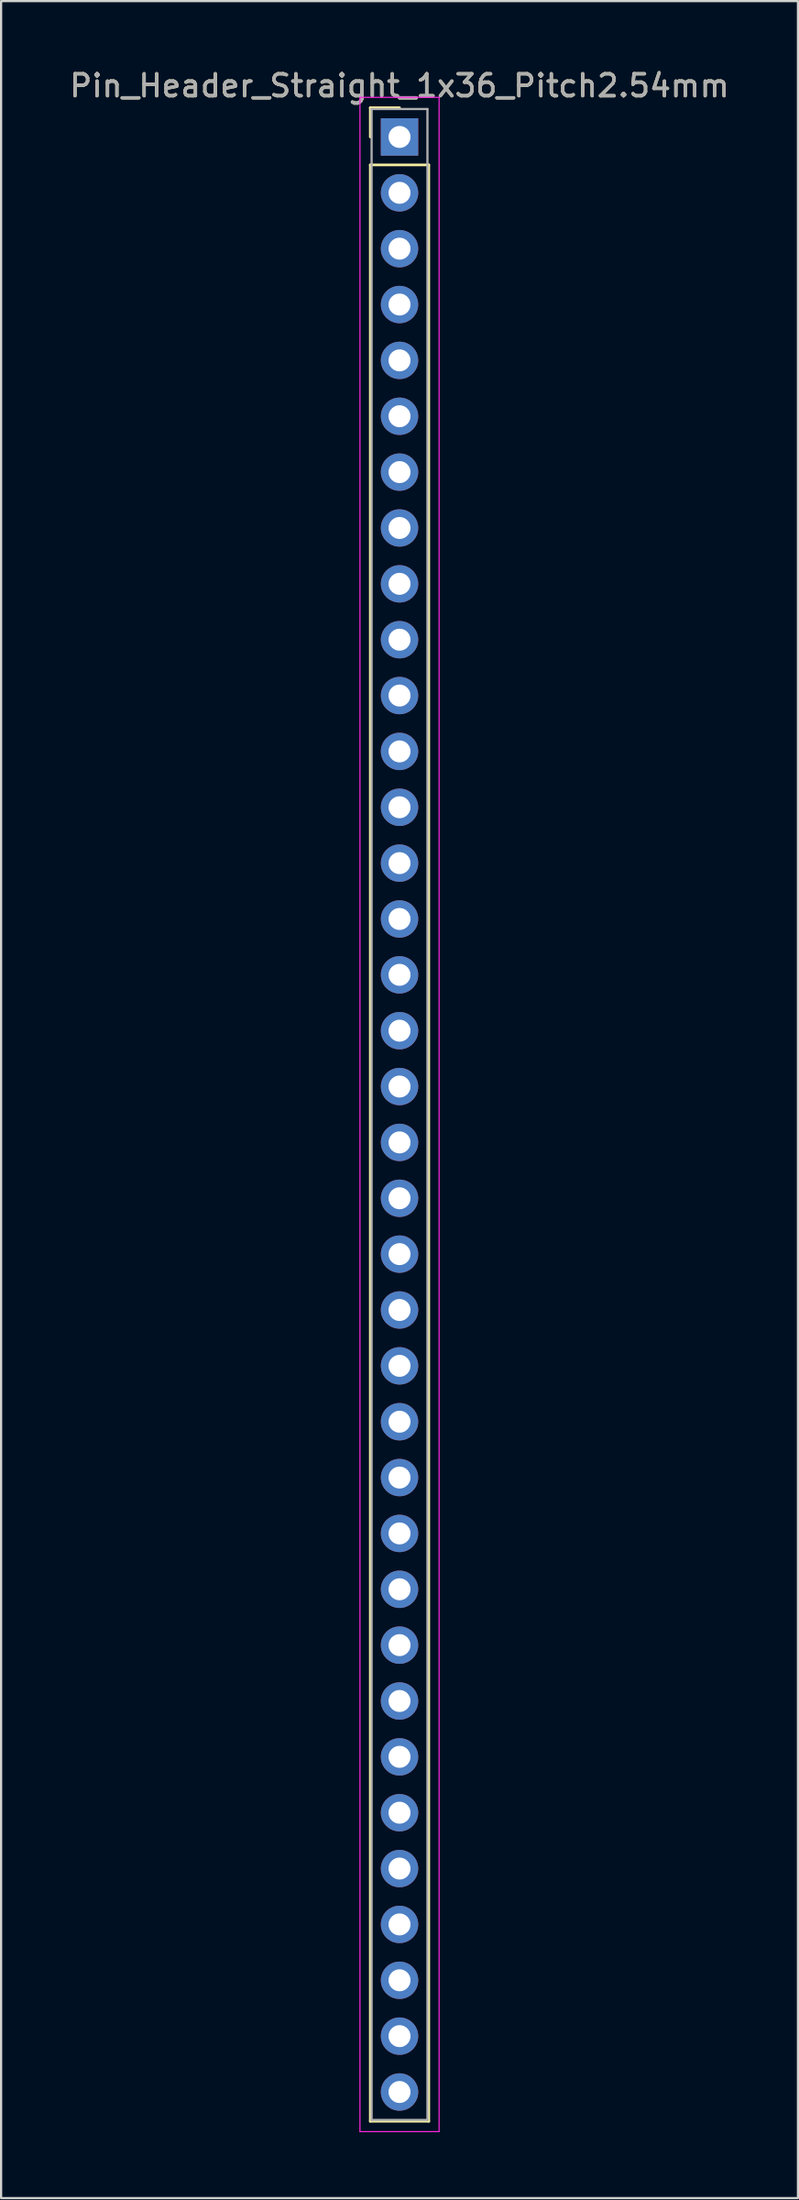
<source format=kicad_pcb>
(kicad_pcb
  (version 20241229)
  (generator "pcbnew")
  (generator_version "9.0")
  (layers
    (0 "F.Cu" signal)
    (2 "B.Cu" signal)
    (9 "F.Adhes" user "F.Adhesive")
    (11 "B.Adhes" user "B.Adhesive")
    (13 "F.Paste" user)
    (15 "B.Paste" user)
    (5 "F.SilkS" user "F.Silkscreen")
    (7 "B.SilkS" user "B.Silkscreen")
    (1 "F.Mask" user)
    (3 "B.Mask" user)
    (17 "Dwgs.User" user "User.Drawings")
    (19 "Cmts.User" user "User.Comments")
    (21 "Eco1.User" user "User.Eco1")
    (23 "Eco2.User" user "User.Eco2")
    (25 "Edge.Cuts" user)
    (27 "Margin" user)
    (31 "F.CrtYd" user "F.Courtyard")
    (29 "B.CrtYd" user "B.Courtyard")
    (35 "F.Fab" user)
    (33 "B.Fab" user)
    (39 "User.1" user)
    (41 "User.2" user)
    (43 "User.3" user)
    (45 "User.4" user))
  (footprint "Pin_Header_Straight_1x36_Pitch2.54mm"
    (layer "F.Cu")
    (at 15.125 3.178)
    (property "Reference" "Pin_Header_Straight_1x36_Pitch2.54mm" (at 0 -2.33 0) (layer "F.SilkS") (effects (font (size 1 1) (thickness 0.15))))
    (attr through_hole)
    (fp_line (start -1.33 -1.33) (end 0 -1.33) (stroke (width 0.12) (type solid)) (layer "F.SilkS"))
    (fp_line (start -1.33 0) (end -1.33 -1.33) (stroke (width 0.12) (type solid)) (layer "F.SilkS"))
    (fp_line (start -1.33 1.27) (end -1.33 90.23) (stroke (width 0.12) (type solid)) (layer "F.SilkS"))
    (fp_line (start -1.33 90.23) (end 1.33 90.23) (stroke (width 0.12) (type solid)) (layer "F.SilkS"))
    (fp_line (start 1.33 1.27) (end -1.33 1.27) (stroke (width 0.12) (type solid)) (layer "F.SilkS"))
    (fp_line (start 1.33 90.23) (end 1.33 1.27) (stroke (width 0.12) (type solid)) (layer "F.SilkS"))
    (fp_line (start -1.8 -1.8) (end -1.8 90.7) (stroke (width 0.05) (type solid)) (layer "F.CrtYd"))
    (fp_line (start -1.8 90.7) (end 1.8 90.7) (stroke (width 0.05) (type solid)) (layer "F.CrtYd"))
    (fp_line (start 1.8 -1.8) (end -1.8 -1.8) (stroke (width 0.05) (type solid)) (layer "F.CrtYd"))
    (fp_line (start 1.8 90.7) (end 1.8 -1.8) (stroke (width 0.05) (type solid)) (layer "F.CrtYd"))
    (fp_line (start -1.27 -1.27) (end -1.27 90.17) (stroke (width 0.1) (type solid)) (layer "F.Fab"))
    (fp_line (start -1.27 90.17) (end 1.27 90.17) (stroke (width 0.1) (type solid)) (layer "F.Fab"))
    (fp_line (start 1.27 -1.27) (end -1.27 -1.27) (stroke (width 0.1) (type solid)) (layer "F.Fab"))
    (fp_line (start 1.27 90.17) (end 1.27 -1.27) (stroke (width 0.1) (type solid)) (layer "F.Fab"))
    (fp_text user "${REFERENCE}" (at 0 -2.33 0) (layer "F.Fab") (effects (font (size 1 1) (thickness 0.15))))
    (pad "1" thru_hole rect (at 0 0) (size 1.7 1.7) (drill 1) (layers "*.Cu" "*.Mask"))
    (pad "2" thru_hole oval (at 0 2.54) (size 1.7 1.7) (drill 1) (layers "*.Cu" "*.Mask"))
    (pad "3" thru_hole oval (at 0 5.08) (size 1.7 1.7) (drill 1) (layers "*.Cu" "*.Mask"))
    (pad "4" thru_hole oval (at 0 7.62) (size 1.7 1.7) (drill 1) (layers "*.Cu" "*.Mask"))
    (pad "5" thru_hole oval (at 0 10.16) (size 1.7 1.7) (drill 1) (layers "*.Cu" "*.Mask"))
    (pad "6" thru_hole oval (at 0 12.7) (size 1.7 1.7) (drill 1) (layers "*.Cu" "*.Mask"))
    (pad "7" thru_hole oval (at 0 15.24) (size 1.7 1.7) (drill 1) (layers "*.Cu" "*.Mask"))
    (pad "8" thru_hole oval (at 0 17.78) (size 1.7 1.7) (drill 1) (layers "*.Cu" "*.Mask"))
    (pad "9" thru_hole oval (at 0 20.32) (size 1.7 1.7) (drill 1) (layers "*.Cu" "*.Mask"))
    (pad "10" thru_hole oval (at 0 22.86) (size 1.7 1.7) (drill 1) (layers "*.Cu" "*.Mask"))
    (pad "11" thru_hole oval (at 0 25.4) (size 1.7 1.7) (drill 1) (layers "*.Cu" "*.Mask"))
    (pad "12" thru_hole oval (at 0 27.94) (size 1.7 1.7) (drill 1) (layers "*.Cu" "*.Mask"))
    (pad "13" thru_hole oval (at 0 30.48) (size 1.7 1.7) (drill 1) (layers "*.Cu" "*.Mask"))
    (pad "14" thru_hole oval (at 0 33.02) (size 1.7 1.7) (drill 1) (layers "*.Cu" "*.Mask"))
    (pad "15" thru_hole oval (at 0 35.56) (size 1.7 1.7) (drill 1) (layers "*.Cu" "*.Mask"))
    (pad "16" thru_hole oval (at 0 38.1) (size 1.7 1.7) (drill 1) (layers "*.Cu" "*.Mask"))
    (pad "17" thru_hole oval (at 0 40.64) (size 1.7 1.7) (drill 1) (layers "*.Cu" "*.Mask"))
    (pad "18" thru_hole oval (at 0 43.18) (size 1.7 1.7) (drill 1) (layers "*.Cu" "*.Mask"))
    (pad "19" thru_hole oval (at 0 45.72) (size 1.7 1.7) (drill 1) (layers "*.Cu" "*.Mask"))
    (pad "20" thru_hole oval (at 0 48.26) (size 1.7 1.7) (drill 1) (layers "*.Cu" "*.Mask"))
    (pad "21" thru_hole oval (at 0 50.8) (size 1.7 1.7) (drill 1) (layers "*.Cu" "*.Mask"))
    (pad "22" thru_hole oval (at 0 53.34) (size 1.7 1.7) (drill 1) (layers "*.Cu" "*.Mask"))
    (pad "23" thru_hole oval (at 0 55.88) (size 1.7 1.7) (drill 1) (layers "*.Cu" "*.Mask"))
    (pad "24" thru_hole oval (at 0 58.42) (size 1.7 1.7) (drill 1) (layers "*.Cu" "*.Mask"))
    (pad "25" thru_hole oval (at 0 60.96) (size 1.7 1.7) (drill 1) (layers "*.Cu" "*.Mask"))
    (pad "26" thru_hole oval (at 0 63.5) (size 1.7 1.7) (drill 1) (layers "*.Cu" "*.Mask"))
    (pad "27" thru_hole oval (at 0 66.04) (size 1.7 1.7) (drill 1) (layers "*.Cu" "*.Mask"))
    (pad "28" thru_hole oval (at 0 68.58) (size 1.7 1.7) (drill 1) (layers "*.Cu" "*.Mask"))
    (pad "29" thru_hole oval (at 0 71.12) (size 1.7 1.7) (drill 1) (layers "*.Cu" "*.Mask"))
    (pad "30" thru_hole oval (at 0 73.66) (size 1.7 1.7) (drill 1) (layers "*.Cu" "*.Mask"))
    (pad "31" thru_hole oval (at 0 76.2) (size 1.7 1.7) (drill 1) (layers "*.Cu" "*.Mask"))
    (pad "32" thru_hole oval (at 0 78.74) (size 1.7 1.7) (drill 1) (layers "*.Cu" "*.Mask"))
    (pad "33" thru_hole oval (at 0 81.28) (size 1.7 1.7) (drill 1) (layers "*.Cu" "*.Mask"))
    (pad "34" thru_hole oval (at 0 83.82) (size 1.7 1.7) (drill 1) (layers "*.Cu" "*.Mask"))
    (pad "35" thru_hole oval (at 0 86.36) (size 1.7 1.7) (drill 1) (layers "*.Cu" "*.Mask"))
    (pad "36" thru_hole oval (at 0 88.9) (size 1.7 1.7) (drill 1) (layers "*.Cu" "*.Mask")))
  (gr_rect
    (start -3 -3)
    (end 33.25 96.903)
    (stroke (width 0.1) (type default))
    (fill no)
    (layer "Edge.Cuts")))
</source>
